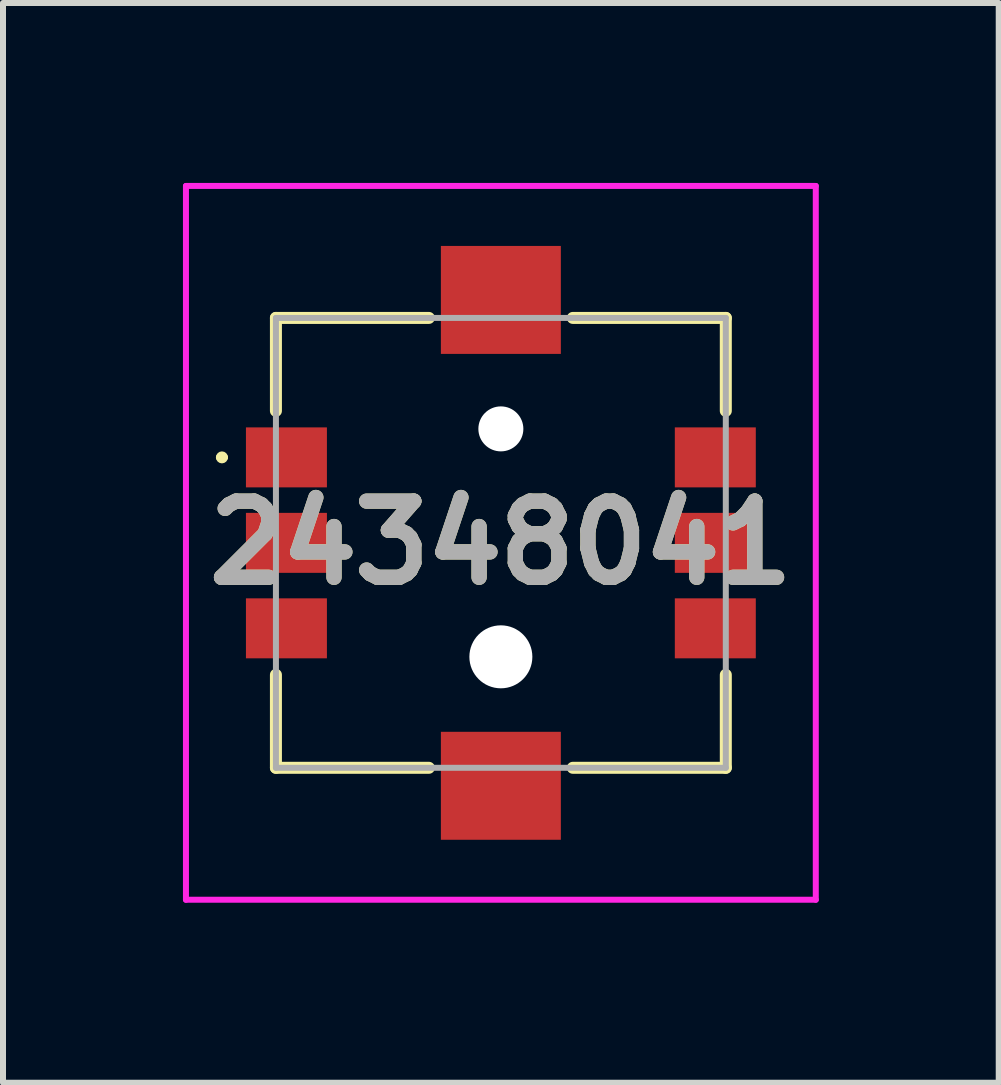
<source format=kicad_pcb>
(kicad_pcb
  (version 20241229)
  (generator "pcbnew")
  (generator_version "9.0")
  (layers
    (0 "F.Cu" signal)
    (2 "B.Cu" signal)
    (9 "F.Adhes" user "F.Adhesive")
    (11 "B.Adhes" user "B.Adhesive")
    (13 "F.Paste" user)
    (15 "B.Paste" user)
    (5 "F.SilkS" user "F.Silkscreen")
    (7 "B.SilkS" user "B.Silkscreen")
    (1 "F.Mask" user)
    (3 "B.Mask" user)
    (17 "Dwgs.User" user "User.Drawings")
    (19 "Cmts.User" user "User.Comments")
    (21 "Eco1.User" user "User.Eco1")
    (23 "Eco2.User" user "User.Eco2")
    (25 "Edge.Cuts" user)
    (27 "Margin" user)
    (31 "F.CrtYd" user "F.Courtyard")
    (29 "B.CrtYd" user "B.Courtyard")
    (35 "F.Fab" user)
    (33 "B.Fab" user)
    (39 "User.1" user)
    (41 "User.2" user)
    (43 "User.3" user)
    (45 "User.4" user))
  (footprint "24348041"
    (layer "F.Cu")
    (at 5.3 6)
    (property "Reference" "24348041" (at 0 0 0) (layer "F.SilkS") (effects (font (size 1.27 1.27) (thickness 0.254))))
    (attr through_hole)
    (fp_line (start -4.7 -1.425) (end -4.7 -1.425) (stroke (width 0.1) (type solid)) (layer "F.SilkS"))
    (fp_line (start -4.6 -1.425) (end -4.6 -1.425) (stroke (width 0.1) (type solid)) (layer "F.SilkS"))
    (fp_line (start -3.75 -3.75) (end -3.75 -2.2) (stroke (width 0.2) (type solid)) (layer "F.SilkS"))
    (fp_line (start -3.75 2.2) (end -3.75 3.75) (stroke (width 0.2) (type solid)) (layer "F.SilkS"))
    (fp_line (start -3.75 3.75) (end -1.2 3.75) (stroke (width 0.2) (type solid)) (layer "F.SilkS"))
    (fp_line (start -1.2 -3.75) (end -3.75 -3.75) (stroke (width 0.2) (type solid)) (layer "F.SilkS"))
    (fp_line (start 1.2 -3.75) (end 3.75 -3.75) (stroke (width 0.2) (type solid)) (layer "F.SilkS"))
    (fp_line (start 1.2 3.75) (end 3.75 3.75) (stroke (width 0.2) (type solid)) (layer "F.SilkS"))
    (fp_line (start 3.75 -3.75) (end 3.75 -2.2) (stroke (width 0.2) (type solid)) (layer "F.SilkS"))
    (fp_line (start 3.75 3.75) (end 3.75 2.2) (stroke (width 0.2) (type solid)) (layer "F.SilkS"))
    (fp_arc (start -4.7 -1.425) (mid -4.65 -1.475) (end -4.6 -1.425) (stroke (width 0.1) (type solid)) (layer "F.SilkS"))
    (fp_arc (start -4.6 -1.425) (mid -4.65 -1.375) (end -4.7 -1.425) (stroke (width 0.1) (type solid)) (layer "F.SilkS"))
    (fp_line (start -5.25 -5.95) (end 5.25 -5.95) (stroke (width 0.1) (type solid)) (layer "F.CrtYd"))
    (fp_line (start -5.25 5.95) (end -5.25 -5.95) (stroke (width 0.1) (type solid)) (layer "F.CrtYd"))
    (fp_line (start 5.25 -5.95) (end 5.25 5.95) (stroke (width 0.1) (type solid)) (layer "F.CrtYd"))
    (fp_line (start 5.25 5.95) (end -5.25 5.95) (stroke (width 0.1) (type solid)) (layer "F.CrtYd"))
    (fp_line (start -3.75 -3.75) (end -3.75 3.75) (stroke (width 0.1) (type solid)) (layer "F.Fab"))
    (fp_line (start -3.75 3.75) (end 3.75 3.75) (stroke (width 0.1) (type solid)) (layer "F.Fab"))
    (fp_line (start 3.75 -3.75) (end -3.75 -3.75) (stroke (width 0.1) (type solid)) (layer "F.Fab"))
    (fp_line (start 3.75 3.75) (end 3.75 -3.75) (stroke (width 0.1) (type solid)) (layer "F.Fab"))
    (fp_text user "${REFERENCE}" (at 0 0 0) (layer "F.Fab") (effects (font (size 1.27 1.27) (thickness 0.254))))
    (pad "" np_thru_hole circle (at 0 -1.9) (size 0.75 0.75) (drill 0.75) (layers "*.Cu" "*.Mask"))
    (pad "" np_thru_hole circle (at 0 1.9) (size 1.05 1.05) (drill 1.05) (layers "*.Cu" "*.Mask"))
    (pad "1" smd rect (at -3.575 -1.425 90) (size 1 1.35) (layers "F.Cu" "F.Mask" "F.Paste"))
    (pad "2" smd rect (at -3.575 0 90) (size 1 1.35) (layers "F.Cu" "F.Mask" "F.Paste"))
    (pad "3" smd rect (at -3.575 1.425 90) (size 1 1.35) (layers "F.Cu" "F.Mask" "F.Paste"))
    (pad "4" smd rect (at 3.575 -1.425 90) (size 1 1.35) (layers "F.Cu" "F.Mask" "F.Paste"))
    (pad "5" smd rect (at 3.575 0 90) (size 1 1.35) (layers "F.Cu" "F.Mask" "F.Paste"))
    (pad "6" smd rect (at 3.575 1.425 90) (size 1 1.35) (layers "F.Cu" "F.Mask" "F.Paste"))
    (pad "MP1" smd rect (at 0 -4.05 90) (size 1.8 2) (layers "F.Cu" "F.Mask" "F.Paste"))
    (pad "MP2" smd rect (at 0 4.05 90) (size 1.8 2) (layers "F.Cu" "F.Mask" "F.Paste")))
  (gr_rect
    (start -3 -3)
    (end 13.6 15)
    (stroke (width 0.1) (type default))
    (fill no)
    (layer "Edge.Cuts")))
</source>
